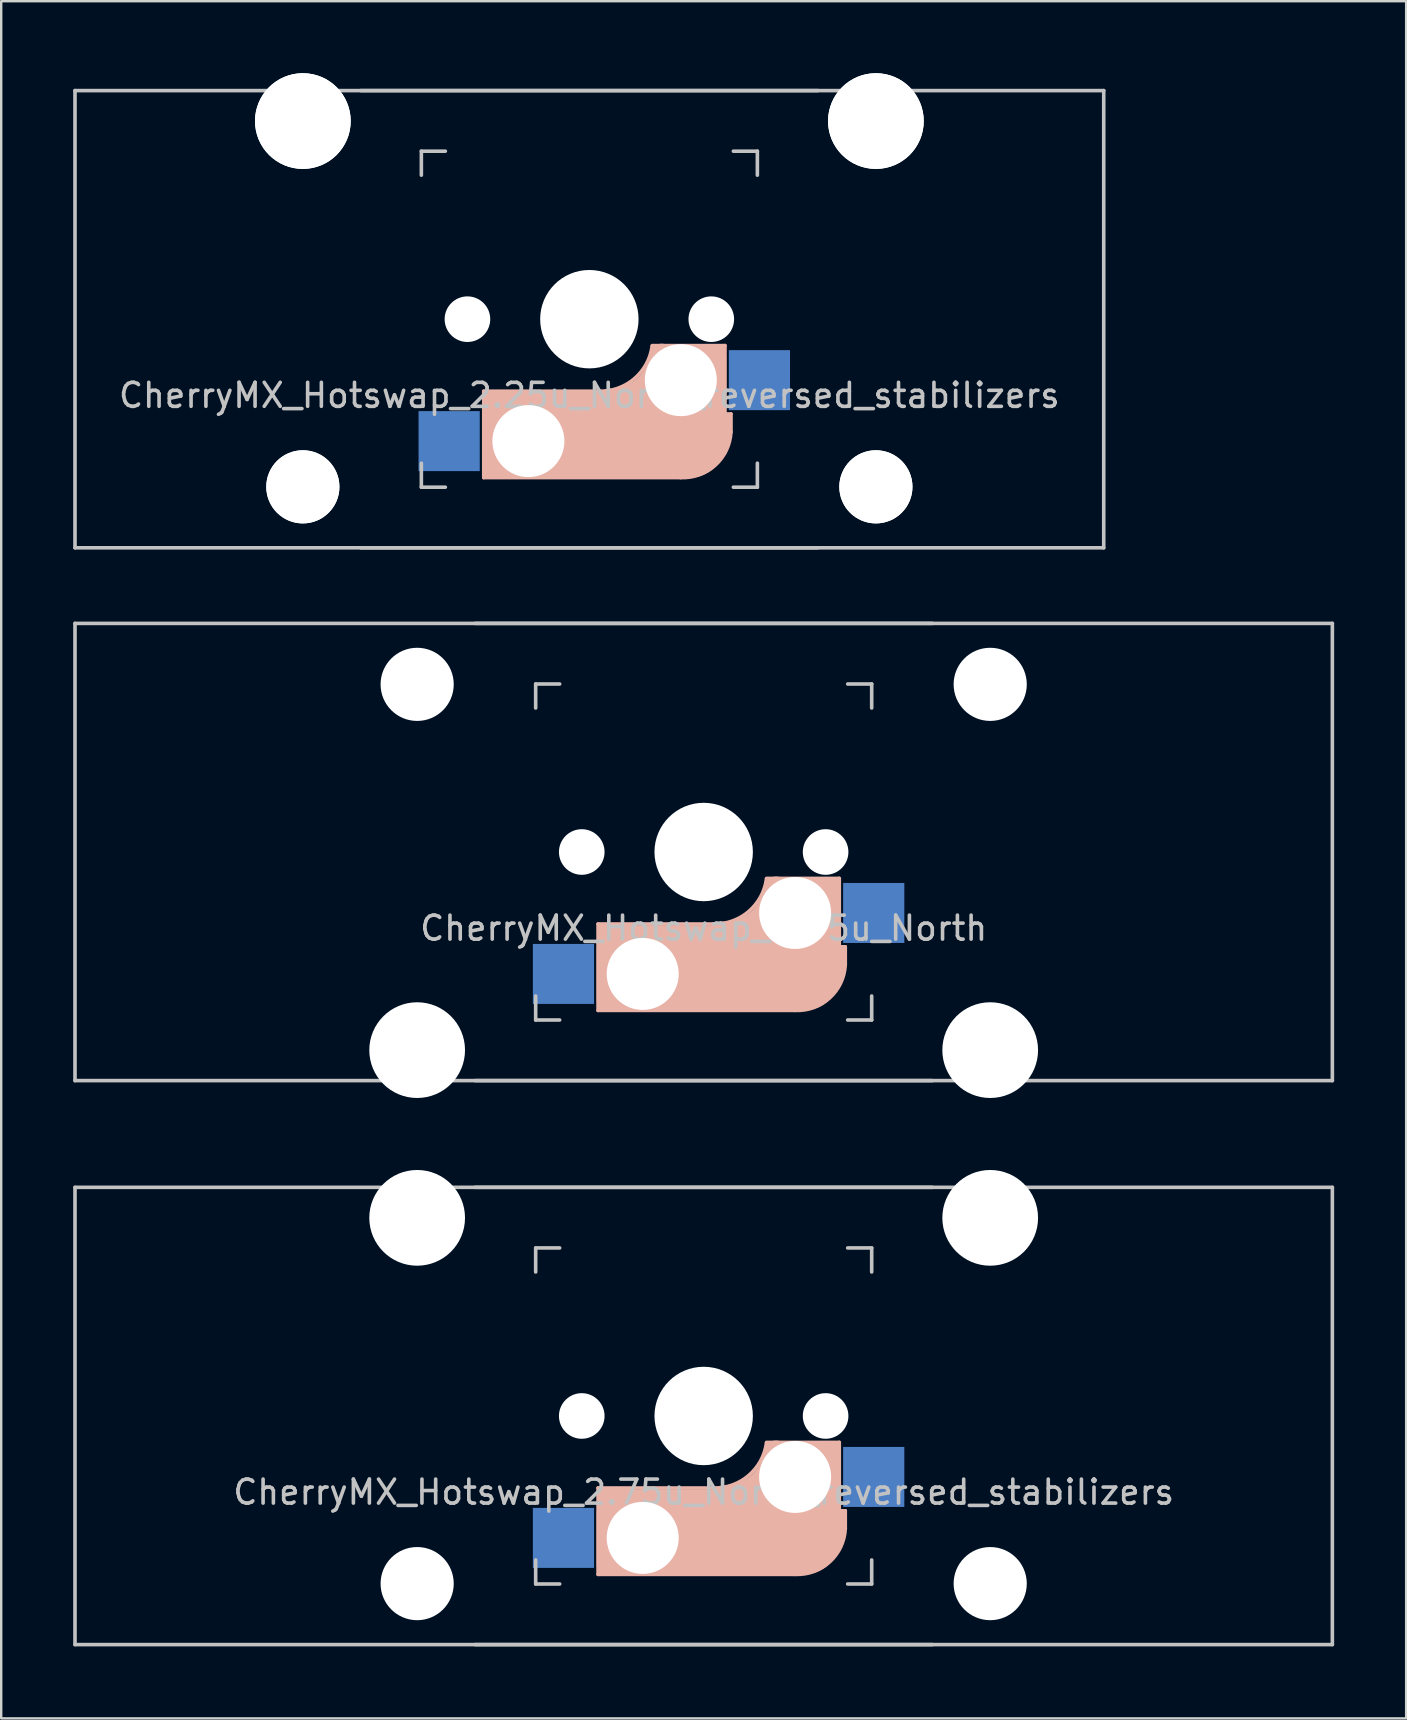
<source format=kicad_pcb>
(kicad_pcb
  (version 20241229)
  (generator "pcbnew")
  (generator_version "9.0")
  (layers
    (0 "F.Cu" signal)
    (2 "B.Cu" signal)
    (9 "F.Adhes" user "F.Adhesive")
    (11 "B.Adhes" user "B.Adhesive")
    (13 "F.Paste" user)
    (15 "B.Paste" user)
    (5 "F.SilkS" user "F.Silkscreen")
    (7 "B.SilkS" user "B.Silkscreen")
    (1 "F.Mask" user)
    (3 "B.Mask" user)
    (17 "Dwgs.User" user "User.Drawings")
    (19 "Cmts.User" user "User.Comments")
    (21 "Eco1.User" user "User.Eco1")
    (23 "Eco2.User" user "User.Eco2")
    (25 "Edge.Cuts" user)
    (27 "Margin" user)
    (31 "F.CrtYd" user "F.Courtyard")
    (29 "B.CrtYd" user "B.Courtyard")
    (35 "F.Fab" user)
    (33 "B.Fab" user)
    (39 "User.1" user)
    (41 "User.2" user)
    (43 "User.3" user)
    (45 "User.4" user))
  (footprint "CherryMX_Hotswap_2.25u_North_reversed_stabilizers"
    (layer "F.Cu")
    (at 21.506 10.249)
    (property "Reference" "CherryMX_Hotswap_2.25u_North_reversed_stabilizers" (at 0 3.175 0) (layer "Dwgs.User") (effects (font (size 1 1) (thickness 0.15))))
    (attr through_hole)
    (fp_line (start -4.4 3) (end -4.4 6.6) (stroke (width 0.15) (type solid)) (layer "B.SilkS"))
    (fp_line (start -4.4 6.6) (end 3.8 6.6) (stroke (width 0.15) (type solid)) (layer "B.SilkS"))
    (fp_line (start -4.38 4) (end -4.38 6.25) (stroke (width 0.15) (type solid)) (layer "B.SilkS"))
    (fp_line (start -4.25 6.4) (end -3 6.4) (stroke (width 0.4) (type solid)) (layer "B.SilkS"))
    (fp_line (start -4.2 3.25) (end -2.9 3.3) (stroke (width 0.5) (type solid)) (layer "B.SilkS"))
    (fp_line (start -3.9 6) (end -3.9 3.5) (stroke (width 1) (type solid)) (layer "B.SilkS"))
    (fp_line (start -2.6 4.8) (end 4.1 4.8) (stroke (width 3.5) (type solid)) (layer "B.SilkS"))
    (fp_line (start 0.4 3) (end -4.4 3) (stroke (width 0.15) (type solid)) (layer "B.SilkS"))
    (fp_line (start 4.17 5.1) (end 4.17 2.86) (stroke (width 3) (type solid)) (layer "B.SilkS"))
    (fp_line (start 5.3 1.6) (end 5.3 3.4) (stroke (width 0.8) (type solid)) (layer "B.SilkS"))
    (fp_line (start 5.45 1.3) (end 3 1.3) (stroke (width 0.5) (type solid)) (layer "B.SilkS"))
    (fp_line (start 5.65 1.1) (end 2.62 1.1) (stroke (width 0.15) (type solid)) (layer "B.SilkS"))
    (fp_line (start 5.65 5.55) (end 5.65 1.1) (stroke (width 0.15) (type solid)) (layer "B.SilkS"))
    (fp_line (start 5.8 4.05) (end 5.8 4.7) (stroke (width 0.3) (type solid)) (layer "B.SilkS"))
    (fp_line (start 5.9 3.95) (end 5.7 3.95) (stroke (width 0.15) (type solid)) (layer "B.SilkS"))
    (fp_line (start 5.9 4.7) (end 5.9 3.95) (stroke (width 0.15) (type solid)) (layer "B.SilkS"))
    (fp_arc (start 2.616318 1.121471) (mid 1.868709 2.486118) (end 0.4 3) (stroke (width 0.15) (type solid)) (layer "B.SilkS"))
    (fp_arc (start 3.016318 1.521471) (mid 2.268709 2.886118) (end 0.8 3.4) (stroke (width 1) (type solid)) (layer "B.SilkS"))
    (fp_arc (start 5.9 4.699999) (mid 5.243504 6.084924) (end 3.800001 6.6) (stroke (width 0.15) (type solid)) (layer "B.SilkS"))
    (fp_line (start -21.431 -9.525) (end 21.431 -9.525) (stroke (width 0.15) (type solid)) (layer "Dwgs.User"))
    (fp_line (start -21.431 9.525) (end -21.431 -9.525) (stroke (width 0.15) (type solid)) (layer "Dwgs.User"))
    (fp_line (start -21.431 9.525) (end 21.431 9.525) (stroke (width 0.15) (type solid)) (layer "Dwgs.User"))
    (fp_line (start -9.525 -9.525) (end 9.525 -9.525) (stroke (width 0.15) (type solid)) (layer "Dwgs.User"))
    (fp_line (start -7 -7) (end -7 -6) (stroke (width 0.15) (type solid)) (layer "Dwgs.User"))
    (fp_line (start -7 7) (end -7 6) (stroke (width 0.15) (type solid)) (layer "Dwgs.User"))
    (fp_line (start -7 7) (end -6 7) (stroke (width 0.15) (type solid)) (layer "Dwgs.User"))
    (fp_line (start -6 -7) (end -7 -7) (stroke (width 0.15) (type solid)) (layer "Dwgs.User"))
    (fp_line (start 7 -7) (end 6 -7) (stroke (width 0.15) (type solid)) (layer "Dwgs.User"))
    (fp_line (start 7 -6) (end 7 -7) (stroke (width 0.15) (type solid)) (layer "Dwgs.User"))
    (fp_line (start 7 6) (end 7 7) (stroke (width 0.15) (type solid)) (layer "Dwgs.User"))
    (fp_line (start 7 7) (end 6 7) (stroke (width 0.15) (type solid)) (layer "Dwgs.User"))
    (fp_line (start 9.525 9.525) (end -9.525 9.525) (stroke (width 0.15) (type solid)) (layer "Dwgs.User"))
    (fp_line (start 21.431 -9.525) (end 21.431 9.525) (stroke (width 0.15) (type solid)) (layer "Dwgs.User"))
    (pad "" np_thru_hole circle (at -11.938 -8.255) (size 3.988 3.988) (drill 3.988) (layers "*.Cu" "*.Mask"))
    (pad "" np_thru_hole circle (at -11.938 -8.255 180) (size 3.988 3.988) (drill 3.988) (layers "*.Cu" "*.Mask"))
    (pad "" np_thru_hole circle (at -11.938 6.985 90) (size 3.048 3.048) (drill 3.048) (layers "*.Cu" "*.Mask"))
    (pad "" np_thru_hole circle (at -11.938 6.985) (size 3.048 3.048) (drill 3.048) (layers "*.Cu" "*.Mask"))
    (pad "" np_thru_hole circle (at -5.08 0 48.1) (size 1.75 1.75) (drill 1.75) (layers "*.Cu" "*.Mask"))
    (pad "" np_thru_hole circle (at -5.08 0 48.1) (size 1.75 1.75) (drill 1.75) (layers "*.Cu" "*.Mask"))
    (pad "" np_thru_hole circle (at -5.08 0 180) (size 1.9 1.9) (drill 1.9) (layers "*.Cu" "*.Mask"))
    (pad "" np_thru_hole circle (at -2.54 5.08 180) (size 3 3) (drill 3) (layers "*.Cu" "*.Mask"))
    (pad "" np_thru_hole circle (at 0 0) (size 3.988 3.988) (drill 3.988) (layers "*.Cu" "*.Mask"))
    (pad "" np_thru_hole circle (at 0 0) (size 3.988 3.988) (drill 3.988) (layers "*.Cu" "*.Mask"))
    (pad "" np_thru_hole circle (at 0 0 180) (size 4.1 4.1) (drill 4.1) (layers "*.Cu" "*.Mask"))
    (pad "" np_thru_hole circle (at 3.81 2.54 180) (size 3 3) (drill 3) (layers "*.Cu" "*.Mask"))
    (pad "" np_thru_hole circle (at 5.08 0 48.1) (size 1.75 1.75) (drill 1.75) (layers "*.Cu" "*.Mask"))
    (pad "" np_thru_hole circle (at 5.08 0 48.1) (size 1.75 1.75) (drill 1.75) (layers "*.Cu" "*.Mask"))
    (pad "" np_thru_hole circle (at 5.08 0 180) (size 1.9 1.9) (drill 1.9) (layers "*.Cu" "*.Mask"))
    (pad "" np_thru_hole circle (at 11.938 -8.255) (size 3.988 3.988) (drill 3.988) (layers "*.Cu" "*.Mask"))
    (pad "" np_thru_hole circle (at 11.938 -8.255 180) (size 3.988 3.988) (drill 3.988) (layers "*.Cu" "*.Mask"))
    (pad "" np_thru_hole circle (at 11.938 6.985) (size 3.048 3.048) (drill 3.048) (layers "*.Cu" "*.Mask"))
    (pad "" np_thru_hole circle (at 11.938 6.985 180) (size 3.048 3.048) (drill 3.048) (layers "*.Cu" "*.Mask"))
    (pad "1" smd rect (at 7.085 2.54) (size 2.55 2.5) (layers "B.Cu" "B.Mask" "B.Paste"))
    (pad "2" smd rect (at -5.842 5.08) (size 2.55 2.5) (layers "B.Cu" "B.Mask" "B.Paste")))
  (footprint "CherryMX_Hotswap_2.75u_North_reversed_stabilizers"
    (layer "F.Cu")
    (at 26.269 55.947)
    (property "Reference" "CherryMX_Hotswap_2.75u_North_reversed_stabilizers" (at 0 3.175 0) (layer "Dwgs.User") (effects (font (size 1 1) (thickness 0.15))))
    (attr through_hole)
    (fp_line (start -4.4 3) (end -4.4 6.6) (stroke (width 0.15) (type solid)) (layer "B.SilkS"))
    (fp_line (start -4.4 6.6) (end 3.8 6.6) (stroke (width 0.15) (type solid)) (layer "B.SilkS"))
    (fp_line (start -4.38 4) (end -4.38 6.25) (stroke (width 0.15) (type solid)) (layer "B.SilkS"))
    (fp_line (start -4.25 6.4) (end -3 6.4) (stroke (width 0.4) (type solid)) (layer "B.SilkS"))
    (fp_line (start -4.2 3.25) (end -2.9 3.3) (stroke (width 0.5) (type solid)) (layer "B.SilkS"))
    (fp_line (start -3.9 6) (end -3.9 3.5) (stroke (width 1) (type solid)) (layer "B.SilkS"))
    (fp_line (start -2.6 4.8) (end 4.1 4.8) (stroke (width 3.5) (type solid)) (layer "B.SilkS"))
    (fp_line (start 0.4 3) (end -4.4 3) (stroke (width 0.15) (type solid)) (layer "B.SilkS"))
    (fp_line (start 4.17 5.1) (end 4.17 2.86) (stroke (width 3) (type solid)) (layer "B.SilkS"))
    (fp_line (start 5.3 1.6) (end 5.3 3.4) (stroke (width 0.8) (type solid)) (layer "B.SilkS"))
    (fp_line (start 5.45 1.3) (end 3 1.3) (stroke (width 0.5) (type solid)) (layer "B.SilkS"))
    (fp_line (start 5.65 1.1) (end 2.62 1.1) (stroke (width 0.15) (type solid)) (layer "B.SilkS"))
    (fp_line (start 5.65 5.55) (end 5.65 1.1) (stroke (width 0.15) (type solid)) (layer "B.SilkS"))
    (fp_line (start 5.8 4.05) (end 5.8 4.7) (stroke (width 0.3) (type solid)) (layer "B.SilkS"))
    (fp_line (start 5.9 3.95) (end 5.7 3.95) (stroke (width 0.15) (type solid)) (layer "B.SilkS"))
    (fp_line (start 5.9 4.7) (end 5.9 3.95) (stroke (width 0.15) (type solid)) (layer "B.SilkS"))
    (fp_arc (start 2.616318 1.121471) (mid 1.868709 2.486118) (end 0.4 3) (stroke (width 0.15) (type solid)) (layer "B.SilkS"))
    (fp_arc (start 3.016318 1.521471) (mid 2.268709 2.886118) (end 0.8 3.4) (stroke (width 1) (type solid)) (layer "B.SilkS"))
    (fp_arc (start 5.9 4.699999) (mid 5.243504 6.084924) (end 3.800001 6.6) (stroke (width 0.15) (type solid)) (layer "B.SilkS"))
    (fp_line (start -26.194 -9.525) (end 26.194 -9.525) (stroke (width 0.15) (type solid)) (layer "Dwgs.User"))
    (fp_line (start -26.194 9.525) (end -26.194 -9.525) (stroke (width 0.15) (type solid)) (layer "Dwgs.User"))
    (fp_line (start -26.194 9.525) (end 26.194 9.525) (stroke (width 0.15) (type solid)) (layer "Dwgs.User"))
    (fp_line (start -9.525 -9.525) (end 9.525 -9.525) (stroke (width 0.15) (type solid)) (layer "Dwgs.User"))
    (fp_line (start -7 -7) (end -7 -6) (stroke (width 0.15) (type solid)) (layer "Dwgs.User"))
    (fp_line (start -7 7) (end -7 6) (stroke (width 0.15) (type solid)) (layer "Dwgs.User"))
    (fp_line (start -7 7) (end -6 7) (stroke (width 0.15) (type solid)) (layer "Dwgs.User"))
    (fp_line (start -6 -7) (end -7 -7) (stroke (width 0.15) (type solid)) (layer "Dwgs.User"))
    (fp_line (start 7 -7) (end 6 -7) (stroke (width 0.15) (type solid)) (layer "Dwgs.User"))
    (fp_line (start 7 -6) (end 7 -7) (stroke (width 0.15) (type solid)) (layer "Dwgs.User"))
    (fp_line (start 7 6) (end 7 7) (stroke (width 0.15) (type solid)) (layer "Dwgs.User"))
    (fp_line (start 7 7) (end 6 7) (stroke (width 0.15) (type solid)) (layer "Dwgs.User"))
    (fp_line (start 9.525 9.525) (end -9.525 9.525) (stroke (width 0.15) (type solid)) (layer "Dwgs.User"))
    (fp_line (start 26.194 -9.525) (end 26.194 9.525) (stroke (width 0.15) (type solid)) (layer "Dwgs.User"))
    (pad "" np_thru_hole circle (at -11.938 -8.255) (size 3.988 3.988) (drill 3.988) (layers "*.Cu" "*.Mask"))
    (pad "" np_thru_hole circle (at -11.938 6.985) (size 3.048 3.048) (drill 3.048) (layers "*.Cu" "*.Mask"))
    (pad "" np_thru_hole circle (at -5.08 0 48.1) (size 1.75 1.75) (drill 1.75) (layers "*.Cu" "*.Mask"))
    (pad "" np_thru_hole circle (at -5.08 0 48.1) (size 1.75 1.75) (drill 1.75) (layers "*.Cu" "*.Mask"))
    (pad "" np_thru_hole circle (at -5.08 0 180) (size 1.9 1.9) (drill 1.9) (layers "*.Cu" "*.Mask"))
    (pad "" np_thru_hole circle (at -2.54 5.08 180) (size 3 3) (drill 3) (layers "*.Cu" "*.Mask"))
    (pad "" np_thru_hole circle (at 0 0) (size 3.988 3.988) (drill 3.988) (layers "*.Cu" "*.Mask"))
    (pad "" np_thru_hole circle (at 0 0) (size 3.988 3.988) (drill 3.988) (layers "*.Cu" "*.Mask"))
    (pad "" np_thru_hole circle (at 0 0 180) (size 4.1 4.1) (drill 4.1) (layers "*.Cu" "*.Mask"))
    (pad "" np_thru_hole circle (at 3.81 2.54 180) (size 3 3) (drill 3) (layers "*.Cu" "*.Mask"))
    (pad "" np_thru_hole circle (at 5.08 0 48.1) (size 1.75 1.75) (drill 1.75) (layers "*.Cu" "*.Mask"))
    (pad "" np_thru_hole circle (at 5.08 0 48.1) (size 1.75 1.75) (drill 1.75) (layers "*.Cu" "*.Mask"))
    (pad "" np_thru_hole circle (at 5.08 0 180) (size 1.9 1.9) (drill 1.9) (layers "*.Cu" "*.Mask"))
    (pad "" np_thru_hole circle (at 11.938 -8.255) (size 3.988 3.988) (drill 3.988) (layers "*.Cu" "*.Mask"))
    (pad "" np_thru_hole circle (at 11.938 6.985) (size 3.048 3.048) (drill 3.048) (layers "*.Cu" "*.Mask"))
    (pad "1" smd rect (at 7.085 2.54) (size 2.55 2.5) (layers "B.Cu" "B.Mask" "B.Paste"))
    (pad "2" smd rect (at -5.842 5.08) (size 2.55 2.5) (layers "B.Cu" "B.Mask" "B.Paste")))
  (footprint "CherryMX_Hotswap_2.75u_North"
    (layer "F.Cu")
    (at 26.269 32.449)
    (property "Reference" "CherryMX_Hotswap_2.75u_North" (at 0 3.175 0) (layer "Dwgs.User") (effects (font (size 1 1) (thickness 0.15))))
    (attr through_hole)
    (fp_line (start -4.4 3) (end -4.4 6.6) (stroke (width 0.15) (type solid)) (layer "B.SilkS"))
    (fp_line (start -4.4 6.6) (end 3.8 6.6) (stroke (width 0.15) (type solid)) (layer "B.SilkS"))
    (fp_line (start -4.38 4) (end -4.38 6.25) (stroke (width 0.15) (type solid)) (layer "B.SilkS"))
    (fp_line (start -4.25 6.4) (end -3 6.4) (stroke (width 0.4) (type solid)) (layer "B.SilkS"))
    (fp_line (start -4.2 3.25) (end -2.9 3.3) (stroke (width 0.5) (type solid)) (layer "B.SilkS"))
    (fp_line (start -3.9 6) (end -3.9 3.5) (stroke (width 1) (type solid)) (layer "B.SilkS"))
    (fp_line (start -2.6 4.8) (end 4.1 4.8) (stroke (width 3.5) (type solid)) (layer "B.SilkS"))
    (fp_line (start 0.4 3) (end -4.4 3) (stroke (width 0.15) (type solid)) (layer "B.SilkS"))
    (fp_line (start 4.17 5.1) (end 4.17 2.86) (stroke (width 3) (type solid)) (layer "B.SilkS"))
    (fp_line (start 5.3 1.6) (end 5.3 3.4) (stroke (width 0.8) (type solid)) (layer "B.SilkS"))
    (fp_line (start 5.45 1.3) (end 3 1.3) (stroke (width 0.5) (type solid)) (layer "B.SilkS"))
    (fp_line (start 5.65 1.1) (end 2.62 1.1) (stroke (width 0.15) (type solid)) (layer "B.SilkS"))
    (fp_line (start 5.65 5.55) (end 5.65 1.1) (stroke (width 0.15) (type solid)) (layer "B.SilkS"))
    (fp_line (start 5.8 4.05) (end 5.8 4.7) (stroke (width 0.3) (type solid)) (layer "B.SilkS"))
    (fp_line (start 5.9 3.95) (end 5.7 3.95) (stroke (width 0.15) (type solid)) (layer "B.SilkS"))
    (fp_line (start 5.9 4.7) (end 5.9 3.95) (stroke (width 0.15) (type solid)) (layer "B.SilkS"))
    (fp_arc (start 2.616318 1.121471) (mid 1.868709 2.486118) (end 0.4 3) (stroke (width 0.15) (type solid)) (layer "B.SilkS"))
    (fp_arc (start 3.016318 1.521471) (mid 2.268709 2.886118) (end 0.8 3.4) (stroke (width 1) (type solid)) (layer "B.SilkS"))
    (fp_arc (start 5.9 4.699999) (mid 5.243504 6.084924) (end 3.800001 6.6) (stroke (width 0.15) (type solid)) (layer "B.SilkS"))
    (fp_line (start -26.194 -9.525) (end 26.194 -9.525) (stroke (width 0.15) (type solid)) (layer "Dwgs.User"))
    (fp_line (start -26.194 9.525) (end -26.194 -9.525) (stroke (width 0.15) (type solid)) (layer "Dwgs.User"))
    (fp_line (start -26.194 9.525) (end 26.194 9.525) (stroke (width 0.15) (type solid)) (layer "Dwgs.User"))
    (fp_line (start -9.525 -9.525) (end 9.525 -9.525) (stroke (width 0.15) (type solid)) (layer "Dwgs.User"))
    (fp_line (start -7 -7) (end -7 -6) (stroke (width 0.15) (type solid)) (layer "Dwgs.User"))
    (fp_line (start -7 7) (end -7 6) (stroke (width 0.15) (type solid)) (layer "Dwgs.User"))
    (fp_line (start -7 7) (end -6 7) (stroke (width 0.15) (type solid)) (layer "Dwgs.User"))
    (fp_line (start -6 -7) (end -7 -7) (stroke (width 0.15) (type solid)) (layer "Dwgs.User"))
    (fp_line (start 7 -7) (end 6 -7) (stroke (width 0.15) (type solid)) (layer "Dwgs.User"))
    (fp_line (start 7 -6) (end 7 -7) (stroke (width 0.15) (type solid)) (layer "Dwgs.User"))
    (fp_line (start 7 6) (end 7 7) (stroke (width 0.15) (type solid)) (layer "Dwgs.User"))
    (fp_line (start 7 7) (end 6 7) (stroke (width 0.15) (type solid)) (layer "Dwgs.User"))
    (fp_line (start 9.525 9.525) (end -9.525 9.525) (stroke (width 0.15) (type solid)) (layer "Dwgs.User"))
    (fp_line (start 26.194 -9.525) (end 26.194 9.525) (stroke (width 0.15) (type solid)) (layer "Dwgs.User"))
    (pad "" np_thru_hole circle (at -11.938 -6.985) (size 3.048 3.048) (drill 3.048) (layers "*.Cu" "*.Mask"))
    (pad "" np_thru_hole circle (at -11.938 8.255) (size 3.988 3.988) (drill 3.988) (layers "*.Cu" "*.Mask"))
    (pad "" np_thru_hole circle (at -5.08 0 48.1) (size 1.75 1.75) (drill 1.75) (layers "*.Cu" "*.Mask"))
    (pad "" np_thru_hole circle (at -5.08 0 180) (size 1.9 1.9) (drill 1.9) (layers "*.Cu" "*.Mask"))
    (pad "" np_thru_hole circle (at -2.54 5.08 180) (size 3 3) (drill 3) (layers "*.Cu" "*.Mask"))
    (pad "" np_thru_hole circle (at 0 0) (size 3.988 3.988) (drill 3.988) (layers "*.Cu" "*.Mask"))
    (pad "" np_thru_hole circle (at 0 0 180) (size 4.1 4.1) (drill 4.1) (layers "*.Cu" "*.Mask"))
    (pad "" np_thru_hole circle (at 3.81 2.54 180) (size 3 3) (drill 3) (layers "*.Cu" "*.Mask"))
    (pad "" np_thru_hole circle (at 5.08 0 48.1) (size 1.75 1.75) (drill 1.75) (layers "*.Cu" "*.Mask"))
    (pad "" np_thru_hole circle (at 5.08 0 180) (size 1.9 1.9) (drill 1.9) (layers "*.Cu" "*.Mask"))
    (pad "" np_thru_hole circle (at 11.938 -6.985) (size 3.048 3.048) (drill 3.048) (layers "*.Cu" "*.Mask"))
    (pad "" np_thru_hole circle (at 11.938 8.255) (size 3.988 3.988) (drill 3.988) (layers "*.Cu" "*.Mask"))
    (pad "1" smd rect (at 7.085 2.54) (size 2.55 2.5) (layers "B.Cu" "B.Mask" "B.Paste"))
    (pad "2" smd rect (at -5.842 5.08) (size 2.55 2.5) (layers "B.Cu" "B.Mask" "B.Paste")))
  (gr_rect
    (start -3 -3)
    (end 55.538 68.547)
    (stroke (width 0.1) (type default))
    (fill no)
    (layer "Edge.Cuts")))
</source>
